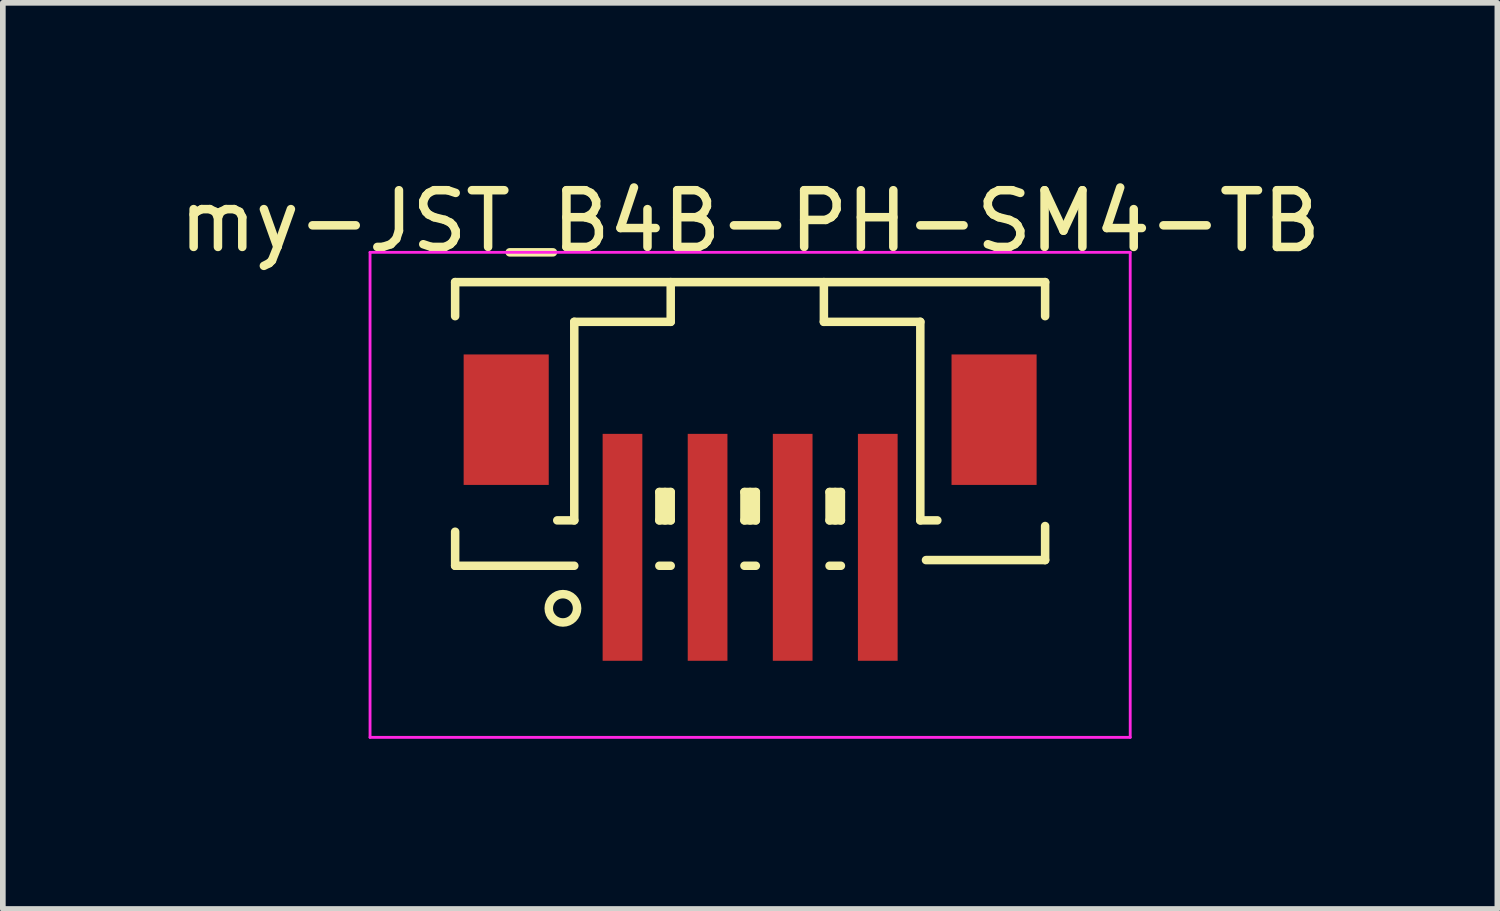
<source format=kicad_pcb>
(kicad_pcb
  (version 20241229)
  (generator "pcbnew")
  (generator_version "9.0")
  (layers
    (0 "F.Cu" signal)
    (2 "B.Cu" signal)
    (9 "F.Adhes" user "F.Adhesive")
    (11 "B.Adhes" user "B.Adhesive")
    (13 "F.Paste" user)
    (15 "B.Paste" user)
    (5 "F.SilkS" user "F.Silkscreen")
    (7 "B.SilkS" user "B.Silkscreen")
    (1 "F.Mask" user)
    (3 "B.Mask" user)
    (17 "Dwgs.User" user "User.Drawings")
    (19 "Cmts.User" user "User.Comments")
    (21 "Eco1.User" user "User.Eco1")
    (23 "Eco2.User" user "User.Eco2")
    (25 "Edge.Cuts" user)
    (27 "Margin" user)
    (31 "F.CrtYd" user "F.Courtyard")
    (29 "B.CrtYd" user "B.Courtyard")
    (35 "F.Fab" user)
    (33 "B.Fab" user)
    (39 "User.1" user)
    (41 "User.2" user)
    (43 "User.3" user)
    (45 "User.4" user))
  (footprint "my-JST_B4B-PH-SM4-TB"
    (layer "F.Cu")
    (at 10.173 4.348)
    (property "Reference" "my-JST_B4B-PH-SM4-TB" (at 0 -3.5 0) (layer "F.SilkS") (effects (font (size 1 1) (thickness 0.15))))
    (attr smd)
    (fp_line (start -5.2 -1.825) (end -5.2 -2.425) (stroke (width 0.15) (type solid)) (layer "F.SilkS"))
    (fp_line (start -5.2 1.975) (end -5.2 2.575) (stroke (width 0.15) (type solid)) (layer "F.SilkS"))
    (fp_line (start -5.2 2.575) (end -3.1 2.575) (stroke (width 0.15) (type solid)) (layer "F.SilkS"))
    (fp_line (start -3.4 1.775) (end -3.1 1.775) (stroke (width 0.15) (type solid)) (layer "F.SilkS"))
    (fp_line (start -3.1 -1.725) (end -3.1 1.775) (stroke (width 0.15) (type solid)) (layer "F.SilkS"))
    (fp_line (start -1.6 1.275) (end -1.4 1.275) (stroke (width 0.15) (type solid)) (layer "F.SilkS"))
    (fp_line (start -1.6 1.775) (end -1.6 1.275) (stroke (width 0.15) (type solid)) (layer "F.SilkS"))
    (fp_line (start -1.6 1.775) (end -1.4 1.775) (stroke (width 0.15) (type solid)) (layer "F.SilkS"))
    (fp_line (start -1.6 2.575) (end -1.4 2.575) (stroke (width 0.15) (type solid)) (layer "F.SilkS"))
    (fp_line (start -1.5 1.775) (end -1.5 1.275) (stroke (width 0.15) (type solid)) (layer "F.SilkS"))
    (fp_line (start -1.4 -2.425) (end -1.4 -1.725) (stroke (width 0.15) (type solid)) (layer "F.SilkS"))
    (fp_line (start -1.4 -1.725) (end -3.1 -1.725) (stroke (width 0.15) (type solid)) (layer "F.SilkS"))
    (fp_line (start -1.4 1.275) (end -1.4 1.775) (stroke (width 0.15) (type solid)) (layer "F.SilkS"))
    (fp_line (start -0.1 1.275) (end 0.1 1.275) (stroke (width 0.15) (type solid)) (layer "F.SilkS"))
    (fp_line (start -0.1 1.775) (end -0.1 1.275) (stroke (width 0.15) (type solid)) (layer "F.SilkS"))
    (fp_line (start -0.1 1.775) (end 0.1 1.775) (stroke (width 0.15) (type solid)) (layer "F.SilkS"))
    (fp_line (start -0.1 2.575) (end 0.1 2.575) (stroke (width 0.15) (type solid)) (layer "F.SilkS"))
    (fp_line (start 0 1.775) (end 0 1.275) (stroke (width 0.15) (type solid)) (layer "F.SilkS"))
    (fp_line (start 0.1 1.275) (end 0.1 1.775) (stroke (width 0.15) (type solid)) (layer "F.SilkS"))
    (fp_line (start 1.3 -2.425) (end 1.3 -1.725) (stroke (width 0.15) (type solid)) (layer "F.SilkS"))
    (fp_line (start 1.3 -1.725) (end 3 -1.725) (stroke (width 0.15) (type solid)) (layer "F.SilkS"))
    (fp_line (start 1.4 1.275) (end 1.6 1.275) (stroke (width 0.15) (type solid)) (layer "F.SilkS"))
    (fp_line (start 1.4 1.775) (end 1.4 1.275) (stroke (width 0.15) (type solid)) (layer "F.SilkS"))
    (fp_line (start 1.4 1.775) (end 1.6 1.775) (stroke (width 0.15) (type solid)) (layer "F.SilkS"))
    (fp_line (start 1.4 2.575) (end 1.6 2.575) (stroke (width 0.15) (type solid)) (layer "F.SilkS"))
    (fp_line (start 1.5 1.775) (end 1.5 1.275) (stroke (width 0.15) (type solid)) (layer "F.SilkS"))
    (fp_line (start 1.6 1.275) (end 1.6 1.775) (stroke (width 0.15) (type solid)) (layer "F.SilkS"))
    (fp_line (start 3 -1.725) (end 3 1.775) (stroke (width 0.15) (type solid)) (layer "F.SilkS"))
    (fp_line (start 3.3 1.775) (end 3 1.775) (stroke (width 0.15) (type solid)) (layer "F.SilkS"))
    (fp_line (start 5.2 -2.425) (end -5.2 -2.425) (stroke (width 0.15) (type solid)) (layer "F.SilkS"))
    (fp_line (start 5.2 -2.425) (end 5.2 -1.825) (stroke (width 0.15) (type solid)) (layer "F.SilkS"))
    (fp_line (start 5.2 1.875) (end 5.2 2.475) (stroke (width 0.15) (type solid)) (layer "F.SilkS"))
    (fp_line (start 5.2 2.475) (end 3.1 2.475) (stroke (width 0.15) (type solid)) (layer "F.SilkS"))
    (fp_circle (center -3.3 3.325) (end -3.05 3.325) (stroke (width 0.15) (type solid)) (fill no) (layer "F.SilkS"))
    (fp_line (start -6.7 -2.95) (end 6.7 -2.95) (stroke (width 0.05) (type solid)) (layer "F.CrtYd"))
    (fp_line (start -6.7 5.6) (end -6.7 -2.95) (stroke (width 0.05) (type solid)) (layer "F.CrtYd"))
    (fp_line (start 6.7 -2.95) (end 6.7 5.6) (stroke (width 0.05) (type solid)) (layer "F.CrtYd"))
    (fp_line (start 6.7 5.6) (end -6.7 5.6) (stroke (width 0.05) (type solid)) (layer "F.CrtYd"))
    (pad "0" smd rect (at -4.3 0) (size 1.5 2.3) (layers "F.Cu" "F.Mask" "F.Paste"))
    (pad "0" smd rect (at 4.3 0) (size 1.5 2.3) (layers "F.Cu" "F.Mask" "F.Paste"))
    (pad "1" smd rect (at -2.25 2.25) (size 0.7 4) (layers "F.Cu" "F.Mask" "F.Paste"))
    (pad "2" smd rect (at -0.75 2.25) (size 0.7 4) (layers "F.Cu" "F.Mask" "F.Paste"))
    (pad "3" smd rect (at 0.75 2.25) (size 0.7 4) (layers "F.Cu" "F.Mask" "F.Paste"))
    (pad "4" smd rect (at 2.25 2.25) (size 0.7 4) (layers "F.Cu" "F.Mask" "F.Paste")))
  (gr_rect
    (start -3 -3)
    (end 23.345 12.973)
    (stroke (width 0.1) (type default))
    (fill no)
    (layer "Edge.Cuts")))
</source>
